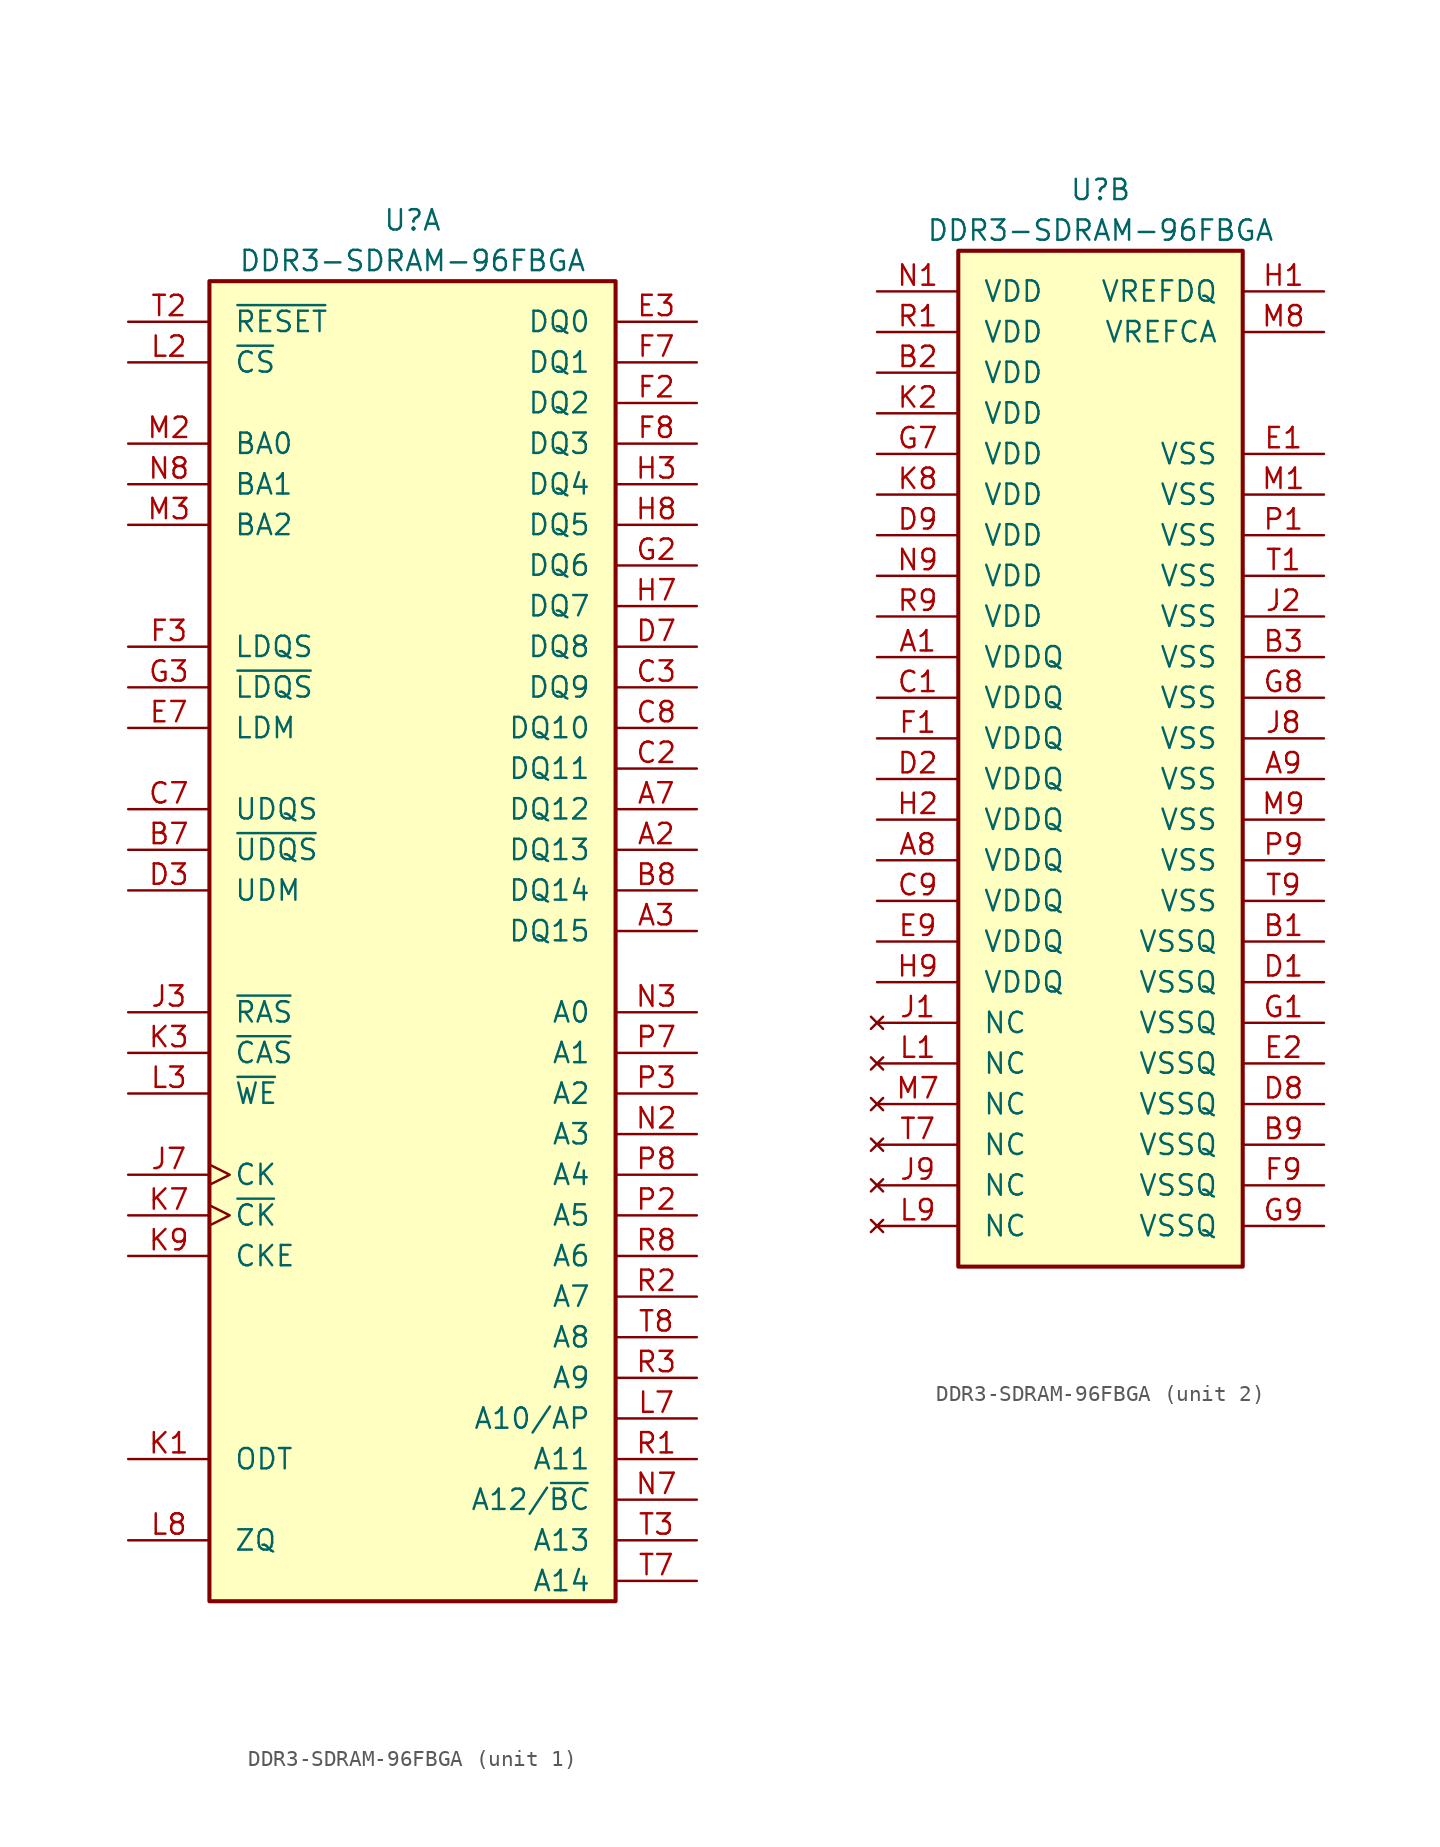
<source format=kicad_sym>
(kicad_symbol_lib
  (version 20220914)
  (generator kicad_symbol_editor)
  (symbol "DDR3-SDRAM-96FBGA"
    (pin_names
      (offset 1.524))
    (property "Reference" "U"
      (at 0 44.45 0)
      (effects (font (size 1.27 1.27))))
    (property "Value" "DDR3-SDRAM-96FBGA"
      (at 0 41.91 0)
      (effects (font (size 1.27 1.27))))
    (property "ki_locked" ""
      (at 0 0 0)
      (effects (font (size 1.27 1.27))))
    (symbol "DDR3-SDRAM-96FBGA_1_1"
      (rectangle (start -12.7 40.64) (end 12.7 -41.91) (stroke (width 0.254) (type default)) (fill (type background)))
      (pin bidirectional line (at 17.78 5.08 180) (length 5.08) (name "DQ13" (effects (font (size 1.27 1.27)))) (number "A2" (effects (font (size 1.27 1.27)))))
      (pin bidirectional line (at 17.78 0 180) (length 5.08) (name "DQ15" (effects (font (size 1.27 1.27)))) (number "A3" (effects (font (size 1.27 1.27)))))
      (pin bidirectional line (at 17.78 7.62 180) (length 5.08) (name "DQ12" (effects (font (size 1.27 1.27)))) (number "A7" (effects (font (size 1.27 1.27)))))
      (pin input line (at -17.78 5.08 0) (length 5.08) (name "~{UDQS}" (effects (font (size 1.27 1.27)))) (number "B7" (effects (font (size 1.27 1.27)))))
      (pin bidirectional line (at 17.78 2.54 180) (length 5.08) (name "DQ14" (effects (font (size 1.27 1.27)))) (number "B8" (effects (font (size 1.27 1.27)))))
      (pin bidirectional line (at 17.78 10.16 180) (length 5.08) (name "DQ11" (effects (font (size 1.27 1.27)))) (number "C2" (effects (font (size 1.27 1.27)))))
      (pin bidirectional line (at 17.78 15.24 180) (length 5.08) (name "DQ9" (effects (font (size 1.27 1.27)))) (number "C3" (effects (font (size 1.27 1.27)))))
      (pin input line (at -17.78 7.62 0) (length 5.08) (name "UDQS" (effects (font (size 1.27 1.27)))) (number "C7" (effects (font (size 1.27 1.27)))))
      (pin bidirectional line (at 17.78 12.7 180) (length 5.08) (name "DQ10" (effects (font (size 1.27 1.27)))) (number "C8" (effects (font (size 1.27 1.27)))))
      (pin input line (at -17.78 2.54 0) (length 5.08) (name "UDM" (effects (font (size 1.27 1.27)))) (number "D3" (effects (font (size 1.27 1.27)))))
      (pin bidirectional line (at 17.78 17.78 180) (length 5.08) (name "DQ8" (effects (font (size 1.27 1.27)))) (number "D7" (effects (font (size 1.27 1.27)))))
      (pin bidirectional line (at 17.78 38.1 180) (length 5.08) (name "DQ0" (effects (font (size 1.27 1.27)))) (number "E3" (effects (font (size 1.27 1.27)))))
      (pin input line (at -17.78 12.7 0) (length 5.08) (name "LDM" (effects (font (size 1.27 1.27)))) (number "E7" (effects (font (size 1.27 1.27)))))
      (pin bidirectional line (at 17.78 33.02 180) (length 5.08) (name "DQ2" (effects (font (size 1.27 1.27)))) (number "F2" (effects (font (size 1.27 1.27)))))
      (pin input line (at -17.78 17.78 0) (length 5.08) (name "LDQS" (effects (font (size 1.27 1.27)))) (number "F3" (effects (font (size 1.27 1.27)))))
      (pin bidirectional line (at 17.78 35.56 180) (length 5.08) (name "DQ1" (effects (font (size 1.27 1.27)))) (number "F7" (effects (font (size 1.27 1.27)))))
      (pin bidirectional line (at 17.78 30.48 180) (length 5.08) (name "DQ3" (effects (font (size 1.27 1.27)))) (number "F8" (effects (font (size 1.27 1.27)))))
      (pin bidirectional line (at 17.78 22.86 180) (length 5.08) (name "DQ6" (effects (font (size 1.27 1.27)))) (number "G2" (effects (font (size 1.27 1.27)))))
      (pin input line (at -17.78 15.24 0) (length 5.08) (name "~{LDQS}" (effects (font (size 1.27 1.27)))) (number "G3" (effects (font (size 1.27 1.27)))))
      (pin bidirectional line (at 17.78 27.94 180) (length 5.08) (name "DQ4" (effects (font (size 1.27 1.27)))) (number "H3" (effects (font (size 1.27 1.27)))))
      (pin bidirectional line (at 17.78 20.32 180) (length 5.08) (name "DQ7" (effects (font (size 1.27 1.27)))) (number "H7" (effects (font (size 1.27 1.27)))))
      (pin bidirectional line (at 17.78 25.4 180) (length 5.08) (name "DQ5" (effects (font (size 1.27 1.27)))) (number "H8" (effects (font (size 1.27 1.27)))))
      (pin input line (at -17.78 -5.08 0) (length 5.08) (name "~{RAS}" (effects (font (size 1.27 1.27)))) (number "J3" (effects (font (size 1.27 1.27)))))
      (pin input clock (at -17.78 -15.24 0) (length 5.08) (name "CK" (effects (font (size 1.27 1.27)))) (number "J7" (effects (font (size 1.27 1.27)))))
      (pin input line (at -17.78 -33.02 0) (length 5.08) (name "ODT" (effects (font (size 1.27 1.27)))) (number "K1" (effects (font (size 1.27 1.27)))))
      (pin input line (at -17.78 -7.62 0) (length 5.08) (name "~{CAS}" (effects (font (size 1.27 1.27)))) (number "K3" (effects (font (size 1.27 1.27)))))
      (pin input clock (at -17.78 -17.78 0) (length 5.08) (name "~{CK}" (effects (font (size 1.27 1.27)))) (number "K7" (effects (font (size 1.27 1.27)))))
      (pin input line (at -17.78 -20.32 0) (length 5.08) (name "CKE" (effects (font (size 1.27 1.27)))) (number "K9" (effects (font (size 1.27 1.27)))))
      (pin input line (at -17.78 35.56 0) (length 5.08) (name "~{CS}" (effects (font (size 1.27 1.27)))) (number "L2" (effects (font (size 1.27 1.27)))))
      (pin input line (at -17.78 -10.16 0) (length 5.08) (name "~{WE}" (effects (font (size 1.27 1.27)))) (number "L3" (effects (font (size 1.27 1.27)))))
      (pin input line (at 17.78 -30.48 180) (length 5.08) (name "A10/AP" (effects (font (size 1.27 1.27)))) (number "L7" (effects (font (size 1.27 1.27)))))
      (pin input line (at -17.78 -38.1 0) (length 5.08) (name "ZQ" (effects (font (size 1.27 1.27)))) (number "L8" (effects (font (size 1.27 1.27)))))
      (pin input line (at -17.78 30.48 0) (length 5.08) (name "BA0" (effects (font (size 1.27 1.27)))) (number "M2" (effects (font (size 1.27 1.27)))))
      (pin input line (at -17.78 25.4 0) (length 5.08) (name "BA2" (effects (font (size 1.27 1.27)))) (number "M3" (effects (font (size 1.27 1.27)))))
      (pin input line (at 17.78 -12.7 180) (length 5.08) (name "A3" (effects (font (size 1.27 1.27)))) (number "N2" (effects (font (size 1.27 1.27)))))
      (pin input line (at 17.78 -5.08 180) (length 5.08) (name "A0" (effects (font (size 1.27 1.27)))) (number "N3" (effects (font (size 1.27 1.27)))))
      (pin input line (at 17.78 -35.56 180) (length 5.08) (name "A12/~{BC}" (effects (font (size 1.27 1.27)))) (number "N7" (effects (font (size 1.27 1.27)))))
      (pin input line (at -17.78 27.94 0) (length 5.08) (name "BA1" (effects (font (size 1.27 1.27)))) (number "N8" (effects (font (size 1.27 1.27)))))
      (pin input line (at 17.78 -17.78 180) (length 5.08) (name "A5" (effects (font (size 1.27 1.27)))) (number "P2" (effects (font (size 1.27 1.27)))))
      (pin input line (at 17.78 -10.16 180) (length 5.08) (name "A2" (effects (font (size 1.27 1.27)))) (number "P3" (effects (font (size 1.27 1.27)))))
      (pin input line (at 17.78 -7.62 180) (length 5.08) (name "A1" (effects (font (size 1.27 1.27)))) (number "P7" (effects (font (size 1.27 1.27)))))
      (pin input line (at 17.78 -15.24 180) (length 5.08) (name "A4" (effects (font (size 1.27 1.27)))) (number "P8" (effects (font (size 1.27 1.27)))))
      (pin input line (at 17.78 -33.02 180) (length 5.08) (name "A11" (effects (font (size 1.27 1.27)))) (number "R1" (effects (font (size 1.27 1.27)))))
      (pin input line (at 17.78 -22.86 180) (length 5.08) (name "A7" (effects (font (size 1.27 1.27)))) (number "R2" (effects (font (size 1.27 1.27)))))
      (pin input line (at 17.78 -27.94 180) (length 5.08) (name "A9" (effects (font (size 1.27 1.27)))) (number "R3" (effects (font (size 1.27 1.27)))))
      (pin input line (at 17.78 -20.32 180) (length 5.08) (name "A6" (effects (font (size 1.27 1.27)))) (number "R8" (effects (font (size 1.27 1.27)))))
      (pin input line (at -17.78 38.1 0) (length 5.08) (name "~{RESET}" (effects (font (size 1.27 1.27)))) (number "T2" (effects (font (size 1.27 1.27)))))
      (pin input line (at 17.78 -38.1 180) (length 5.08) (name "A13" (effects (font (size 1.27 1.27)))) (number "T3" (effects (font (size 1.27 1.27)))))
      (pin input line (at 17.78 -40.64 180) (length 5.08) (name "A14" (effects (font (size 1.27 1.27)))) (number "T7" (effects (font (size 1.27 1.27)))))
      (pin input line (at 17.78 -25.4 180) (length 5.08) (name "A8" (effects (font (size 1.27 1.27)))) (number "T8" (effects (font (size 1.27 1.27))))))
    (symbol "DDR3-SDRAM-96FBGA_2_1"
      (rectangle (start -8.89 40.64) (end 8.89 -22.86) (stroke (width 0.254) (type default)) (fill (type background)))
      (pin power_in line (at -13.97 15.24 0) (length 5.08) (name "VDDQ" (effects (font (size 1.27 1.27)))) (number "A1" (effects (font (size 1.27 1.27)))))
      (pin power_in line (at -13.97 2.54 0) (length 5.08) (name "VDDQ" (effects (font (size 1.27 1.27)))) (number "A8" (effects (font (size 1.27 1.27)))))
      (pin power_in line (at 13.97 7.62 180) (length 5.08) (name "VSS" (effects (font (size 1.27 1.27)))) (number "A9" (effects (font (size 1.27 1.27)))))
      (pin power_in line (at 13.97 -2.54 180) (length 5.08) (name "VSSQ" (effects (font (size 1.27 1.27)))) (number "B1" (effects (font (size 1.27 1.27)))))
      (pin power_in line (at -13.97 33.02 0) (length 5.08) (name "VDD" (effects (font (size 1.27 1.27)))) (number "B2" (effects (font (size 1.27 1.27)))))
      (pin power_in line (at 13.97 15.24 180) (length 5.08) (name "VSS" (effects (font (size 1.27 1.27)))) (number "B3" (effects (font (size 1.27 1.27)))))
      (pin power_in line (at 13.97 -15.24 180) (length 5.08) (name "VSSQ" (effects (font (size 1.27 1.27)))) (number "B9" (effects (font (size 1.27 1.27)))))
      (pin power_in line (at -13.97 12.7 0) (length 5.08) (name "VDDQ" (effects (font (size 1.27 1.27)))) (number "C1" (effects (font (size 1.27 1.27)))))
      (pin power_in line (at -13.97 0 0) (length 5.08) (name "VDDQ" (effects (font (size 1.27 1.27)))) (number "C9" (effects (font (size 1.27 1.27)))))
      (pin power_in line (at 13.97 -5.08 180) (length 5.08) (name "VSSQ" (effects (font (size 1.27 1.27)))) (number "D1" (effects (font (size 1.27 1.27)))))
      (pin power_in line (at -13.97 7.62 0) (length 5.08) (name "VDDQ" (effects (font (size 1.27 1.27)))) (number "D2" (effects (font (size 1.27 1.27)))))
      (pin power_in line (at 13.97 -12.7 180) (length 5.08) (name "VSSQ" (effects (font (size 1.27 1.27)))) (number "D8" (effects (font (size 1.27 1.27)))))
      (pin power_in line (at -13.97 22.86 0) (length 5.08) (name "VDD" (effects (font (size 1.27 1.27)))) (number "D9" (effects (font (size 1.27 1.27)))))
      (pin power_in line (at 13.97 27.94 180) (length 5.08) (name "VSS" (effects (font (size 1.27 1.27)))) (number "E1" (effects (font (size 1.27 1.27)))))
      (pin power_in line (at 13.97 -10.16 180) (length 5.08) (name "VSSQ" (effects (font (size 1.27 1.27)))) (number "E2" (effects (font (size 1.27 1.27)))))
      (pin power_in line (at -13.97 -2.54 0) (length 5.08) (name "VDDQ" (effects (font (size 1.27 1.27)))) (number "E9" (effects (font (size 1.27 1.27)))))
      (pin power_in line (at -13.97 10.16 0) (length 5.08) (name "VDDQ" (effects (font (size 1.27 1.27)))) (number "F1" (effects (font (size 1.27 1.27)))))
      (pin power_in line (at 13.97 -17.78 180) (length 5.08) (name "VSSQ" (effects (font (size 1.27 1.27)))) (number "F9" (effects (font (size 1.27 1.27)))))
      (pin power_in line (at 13.97 -7.62 180) (length 5.08) (name "VSSQ" (effects (font (size 1.27 1.27)))) (number "G1" (effects (font (size 1.27 1.27)))))
      (pin power_in line (at -13.97 27.94 0) (length 5.08) (name "VDD" (effects (font (size 1.27 1.27)))) (number "G7" (effects (font (size 1.27 1.27)))))
      (pin power_in line (at 13.97 12.7 180) (length 5.08) (name "VSS" (effects (font (size 1.27 1.27)))) (number "G8" (effects (font (size 1.27 1.27)))))
      (pin power_in line (at 13.97 -20.32 180) (length 5.08) (name "VSSQ" (effects (font (size 1.27 1.27)))) (number "G9" (effects (font (size 1.27 1.27)))))
      (pin power_in line (at 13.97 38.1 180) (length 5.08) (name "VREFDQ" (effects (font (size 1.27 1.27)))) (number "H1" (effects (font (size 1.27 1.27)))))
      (pin power_in line (at -13.97 5.08 0) (length 5.08) (name "VDDQ" (effects (font (size 1.27 1.27)))) (number "H2" (effects (font (size 1.27 1.27)))))
      (pin power_in line (at -13.97 -5.08 0) (length 5.08) (name "VDDQ" (effects (font (size 1.27 1.27)))) (number "H9" (effects (font (size 1.27 1.27)))))
      (pin no_connect line (at -13.97 -7.62 0) (length 5.08) (name "NC" (effects (font (size 1.27 1.27)))) (number "J1" (effects (font (size 1.27 1.27)))))
      (pin power_in line (at 13.97 17.78 180) (length 5.08) (name "VSS" (effects (font (size 1.27 1.27)))) (number "J2" (effects (font (size 1.27 1.27)))))
      (pin power_in line (at 13.97 10.16 180) (length 5.08) (name "VSS" (effects (font (size 1.27 1.27)))) (number "J8" (effects (font (size 1.27 1.27)))))
      (pin no_connect line (at -13.97 -17.78 0) (length 5.08) (name "NC" (effects (font (size 1.27 1.27)))) (number "J9" (effects (font (size 1.27 1.27)))))
      (pin power_in line (at -13.97 30.48 0) (length 5.08) (name "VDD" (effects (font (size 1.27 1.27)))) (number "K2" (effects (font (size 1.27 1.27)))))
      (pin power_in line (at -13.97 25.4 0) (length 5.08) (name "VDD" (effects (font (size 1.27 1.27)))) (number "K8" (effects (font (size 1.27 1.27)))))
      (pin no_connect line (at -13.97 -10.16 0) (length 5.08) (name "NC" (effects (font (size 1.27 1.27)))) (number "L1" (effects (font (size 1.27 1.27)))))
      (pin no_connect line (at -13.97 -20.32 0) (length 5.08) (name "NC" (effects (font (size 1.27 1.27)))) (number "L9" (effects (font (size 1.27 1.27)))))
      (pin power_in line (at 13.97 25.4 180) (length 5.08) (name "VSS" (effects (font (size 1.27 1.27)))) (number "M1" (effects (font (size 1.27 1.27)))))
      (pin no_connect line (at -13.97 -12.7 0) (length 5.08) (name "NC" (effects (font (size 1.27 1.27)))) (number "M7" (effects (font (size 1.27 1.27)))))
      (pin power_in line (at 13.97 35.56 180) (length 5.08) (name "VREFCA" (effects (font (size 1.27 1.27)))) (number "M8" (effects (font (size 1.27 1.27)))))
      (pin power_in line (at 13.97 5.08 180) (length 5.08) (name "VSS" (effects (font (size 1.27 1.27)))) (number "M9" (effects (font (size 1.27 1.27)))))
      (pin power_in line (at -13.97 38.1 0) (length 5.08) (name "VDD" (effects (font (size 1.27 1.27)))) (number "N1" (effects (font (size 1.27 1.27)))))
      (pin power_in line (at -13.97 20.32 0) (length 5.08) (name "VDD" (effects (font (size 1.27 1.27)))) (number "N9" (effects (font (size 1.27 1.27)))))
      (pin power_in line (at 13.97 22.86 180) (length 5.08) (name "VSS" (effects (font (size 1.27 1.27)))) (number "P1" (effects (font (size 1.27 1.27)))))
      (pin power_in line (at 13.97 2.54 180) (length 5.08) (name "VSS" (effects (font (size 1.27 1.27)))) (number "P9" (effects (font (size 1.27 1.27)))))
      (pin power_in line (at -13.97 35.56 0) (length 5.08) (name "VDD" (effects (font (size 1.27 1.27)))) (number "R1" (effects (font (size 1.27 1.27)))))
      (pin power_in line (at -13.97 17.78 0) (length 5.08) (name "VDD" (effects (font (size 1.27 1.27)))) (number "R9" (effects (font (size 1.27 1.27)))))
      (pin power_in line (at 13.97 20.32 180) (length 5.08) (name "VSS" (effects (font (size 1.27 1.27)))) (number "T1" (effects (font (size 1.27 1.27)))))
      (pin no_connect line (at -13.97 -15.24 0) (length 5.08) (name "NC" (effects (font (size 1.27 1.27)))) (number "T7" (effects (font (size 1.27 1.27)))))
      (pin power_in line (at 13.97 0 180) (length 5.08) (name "VSS" (effects (font (size 1.27 1.27)))) (number "T9" (effects (font (size 1.27 1.27))))))))
</source>
